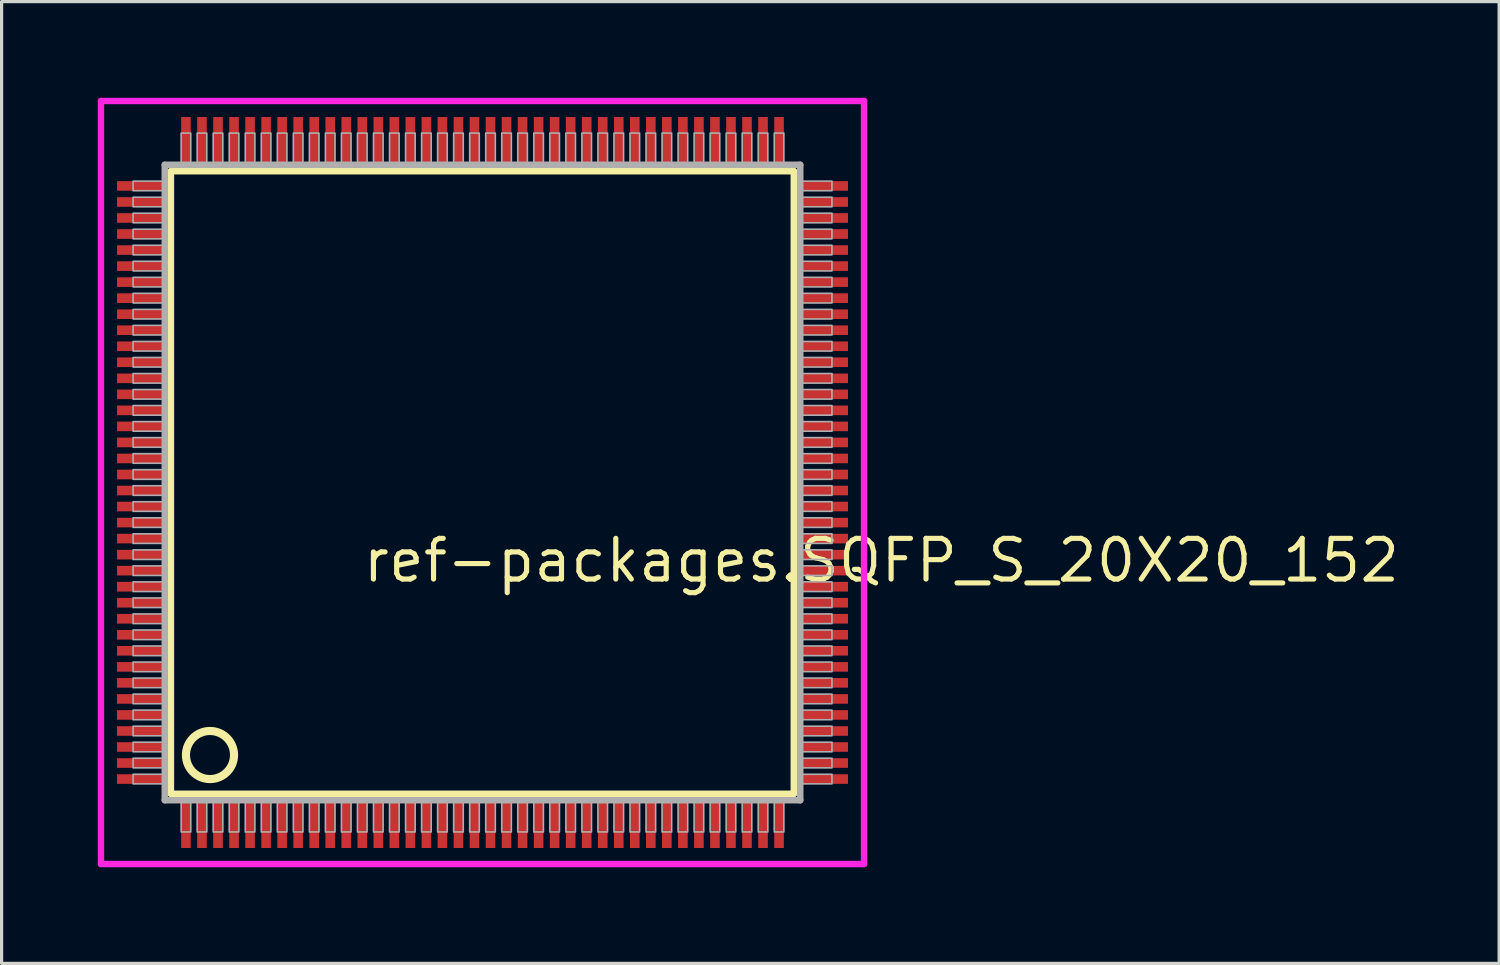
<source format=kicad_pcb>
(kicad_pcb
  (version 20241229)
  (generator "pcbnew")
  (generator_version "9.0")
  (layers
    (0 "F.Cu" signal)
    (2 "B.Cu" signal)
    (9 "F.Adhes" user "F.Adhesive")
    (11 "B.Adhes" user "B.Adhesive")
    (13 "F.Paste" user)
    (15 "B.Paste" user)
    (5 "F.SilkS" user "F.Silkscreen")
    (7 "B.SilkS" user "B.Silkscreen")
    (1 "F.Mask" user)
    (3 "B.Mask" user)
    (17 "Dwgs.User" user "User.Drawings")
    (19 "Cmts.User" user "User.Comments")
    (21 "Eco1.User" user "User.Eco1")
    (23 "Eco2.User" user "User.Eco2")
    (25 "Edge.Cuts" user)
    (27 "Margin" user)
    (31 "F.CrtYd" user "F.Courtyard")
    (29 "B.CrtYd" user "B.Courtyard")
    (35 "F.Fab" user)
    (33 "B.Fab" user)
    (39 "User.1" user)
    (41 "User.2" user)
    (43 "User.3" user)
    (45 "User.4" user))
  (footprint "ref-packages.SQFP_S_20X20_152"
    (layer "F.Cu")
    (at 12 12)
    (property "Reference" "ref-packages.SQFP_S_20X20_152" (at -3.81 3.175 0) (layer "F.SilkS") (effects (font (size 1.27 1.27) (thickness 0.16)) (justify left bottom)))
    (attr smd)
    (fp_line (start -9.72 -9.71) (end 9.71 -9.71) (stroke (width 0.203) (type default)) (layer "F.SilkS"))
    (fp_line (start -9.72 9.71) (end -9.72 -9.71) (stroke (width 0.203) (type default)) (layer "F.SilkS"))
    (fp_line (start 9.71 9.71) (end -9.72 9.71) (stroke (width 0.203) (type default)) (layer "F.SilkS"))
    (fp_line (start 9.71 -9.71) (end 9.71 9.71) (stroke (width 0.203) (type default)) (layer "F.SilkS"))
    (fp_circle (center -8.5 8.5) (end -7.75 8.5) (stroke (width 0.254) (type default)) (fill no) (layer "F.SilkS"))
    (fp_line (start -11.9 -11.9) (end 11.9 -11.9) (stroke (width 0.2) (type default)) (layer "F.CrtYd"))
    (fp_line (start -11.9 11.9) (end -11.9 -11.9) (stroke (width 0.2) (type default)) (layer "F.CrtYd"))
    (fp_line (start 11.9 -11.9) (end 11.9 11.9) (stroke (width 0.2) (type default)) (layer "F.CrtYd"))
    (fp_line (start 11.9 11.9) (end -11.9 11.9) (stroke (width 0.2) (type default)) (layer "F.CrtYd"))
    (fp_line (start -9.91 -9.91) (end -9.91 9.91) (stroke (width 0.203) (type default)) (layer "F.Fab"))
    (fp_line (start -9.91 9.91) (end 9.91 9.91) (stroke (width 0.203) (type default)) (layer "F.Fab"))
    (fp_line (start 9.91 -9.91) (end -9.91 -9.91) (stroke (width 0.203) (type default)) (layer "F.Fab"))
    (fp_line (start 9.91 9.91) (end 9.91 -9.91) (stroke (width 0.203) (type default)) (layer "F.Fab"))
    (fp_rect (start -10.9 -9.1) (end -9.95 -9.4) (stroke (width 0.05) (type default)) (fill no) (layer "F.Fab"))
    (fp_rect (start -10.9 -8.6) (end -9.95 -8.9) (stroke (width 0.05) (type default)) (fill no) (layer "F.Fab"))
    (fp_rect (start -10.9 -8.1) (end -9.95 -8.4) (stroke (width 0.05) (type default)) (fill no) (layer "F.Fab"))
    (fp_rect (start -10.9 -7.6) (end -9.95 -7.9) (stroke (width 0.05) (type default)) (fill no) (layer "F.Fab"))
    (fp_rect (start -10.9 -7.1) (end -9.95 -7.4) (stroke (width 0.05) (type default)) (fill no) (layer "F.Fab"))
    (fp_rect (start -10.9 -6.6) (end -9.95 -6.9) (stroke (width 0.05) (type default)) (fill no) (layer "F.Fab"))
    (fp_rect (start -10.9 -6.1) (end -9.95 -6.4) (stroke (width 0.05) (type default)) (fill no) (layer "F.Fab"))
    (fp_rect (start -10.9 -5.6) (end -9.95 -5.9) (stroke (width 0.05) (type default)) (fill no) (layer "F.Fab"))
    (fp_rect (start -10.9 -5.1) (end -9.95 -5.4) (stroke (width 0.05) (type default)) (fill no) (layer "F.Fab"))
    (fp_rect (start -10.9 -4.6) (end -9.95 -4.9) (stroke (width 0.05) (type default)) (fill no) (layer "F.Fab"))
    (fp_rect (start -10.9 -4.1) (end -9.95 -4.4) (stroke (width 0.05) (type default)) (fill no) (layer "F.Fab"))
    (fp_rect (start -10.9 -3.6) (end -9.95 -3.9) (stroke (width 0.05) (type default)) (fill no) (layer "F.Fab"))
    (fp_rect (start -10.9 -3.1) (end -9.95 -3.4) (stroke (width 0.05) (type default)) (fill no) (layer "F.Fab"))
    (fp_rect (start -10.9 -2.6) (end -9.95 -2.9) (stroke (width 0.05) (type default)) (fill no) (layer "F.Fab"))
    (fp_rect (start -10.9 -2.1) (end -9.95 -2.4) (stroke (width 0.05) (type default)) (fill no) (layer "F.Fab"))
    (fp_rect (start -10.9 -1.6) (end -9.95 -1.9) (stroke (width 0.05) (type default)) (fill no) (layer "F.Fab"))
    (fp_rect (start -10.9 -1.1) (end -9.95 -1.4) (stroke (width 0.05) (type default)) (fill no) (layer "F.Fab"))
    (fp_rect (start -10.9 -0.6) (end -9.95 -0.9) (stroke (width 0.05) (type default)) (fill no) (layer "F.Fab"))
    (fp_rect (start -10.9 -0.1) (end -9.95 -0.4) (stroke (width 0.05) (type default)) (fill no) (layer "F.Fab"))
    (fp_rect (start -10.9 0.4) (end -9.95 0.1) (stroke (width 0.05) (type default)) (fill no) (layer "F.Fab"))
    (fp_rect (start -10.9 0.9) (end -9.95 0.6) (stroke (width 0.05) (type default)) (fill no) (layer "F.Fab"))
    (fp_rect (start -10.9 1.4) (end -9.95 1.1) (stroke (width 0.05) (type default)) (fill no) (layer "F.Fab"))
    (fp_rect (start -10.9 1.9) (end -9.95 1.6) (stroke (width 0.05) (type default)) (fill no) (layer "F.Fab"))
    (fp_rect (start -10.9 2.4) (end -9.95 2.1) (stroke (width 0.05) (type default)) (fill no) (layer "F.Fab"))
    (fp_rect (start -10.9 2.9) (end -9.95 2.6) (stroke (width 0.05) (type default)) (fill no) (layer "F.Fab"))
    (fp_rect (start -10.9 3.4) (end -9.95 3.1) (stroke (width 0.05) (type default)) (fill no) (layer "F.Fab"))
    (fp_rect (start -10.9 3.9) (end -9.95 3.6) (stroke (width 0.05) (type default)) (fill no) (layer "F.Fab"))
    (fp_rect (start -10.9 4.4) (end -9.95 4.1) (stroke (width 0.05) (type default)) (fill no) (layer "F.Fab"))
    (fp_rect (start -10.9 4.9) (end -9.95 4.6) (stroke (width 0.05) (type default)) (fill no) (layer "F.Fab"))
    (fp_rect (start -10.9 5.4) (end -9.95 5.1) (stroke (width 0.05) (type default)) (fill no) (layer "F.Fab"))
    (fp_rect (start -10.9 5.9) (end -9.95 5.6) (stroke (width 0.05) (type default)) (fill no) (layer "F.Fab"))
    (fp_rect (start -10.9 6.4) (end -9.95 6.1) (stroke (width 0.05) (type default)) (fill no) (layer "F.Fab"))
    (fp_rect (start -10.9 6.9) (end -9.95 6.6) (stroke (width 0.05) (type default)) (fill no) (layer "F.Fab"))
    (fp_rect (start -10.9 7.4) (end -9.95 7.1) (stroke (width 0.05) (type default)) (fill no) (layer "F.Fab"))
    (fp_rect (start -10.9 7.9) (end -9.95 7.6) (stroke (width 0.05) (type default)) (fill no) (layer "F.Fab"))
    (fp_rect (start -10.9 8.4) (end -9.95 8.1) (stroke (width 0.05) (type default)) (fill no) (layer "F.Fab"))
    (fp_rect (start -10.9 8.9) (end -9.95 8.6) (stroke (width 0.05) (type default)) (fill no) (layer "F.Fab"))
    (fp_rect (start -10.9 9.4) (end -9.95 9.1) (stroke (width 0.05) (type default)) (fill no) (layer "F.Fab"))
    (fp_rect (start -9.4 -9.95) (end -9.1 -10.9) (stroke (width 0.05) (type default)) (fill no) (layer "F.Fab"))
    (fp_rect (start -9.4 10.9) (end -9.1 9.95) (stroke (width 0.05) (type default)) (fill no) (layer "F.Fab"))
    (fp_rect (start -8.9 -9.95) (end -8.6 -10.9) (stroke (width 0.05) (type default)) (fill no) (layer "F.Fab"))
    (fp_rect (start -8.9 10.9) (end -8.6 9.95) (stroke (width 0.05) (type default)) (fill no) (layer "F.Fab"))
    (fp_rect (start -8.4 -9.95) (end -8.1 -10.9) (stroke (width 0.05) (type default)) (fill no) (layer "F.Fab"))
    (fp_rect (start -8.4 10.9) (end -8.1 9.95) (stroke (width 0.05) (type default)) (fill no) (layer "F.Fab"))
    (fp_rect (start -7.9 -9.95) (end -7.6 -10.9) (stroke (width 0.05) (type default)) (fill no) (layer "F.Fab"))
    (fp_rect (start -7.9 10.9) (end -7.6 9.95) (stroke (width 0.05) (type default)) (fill no) (layer "F.Fab"))
    (fp_rect (start -7.4 -9.95) (end -7.1 -10.9) (stroke (width 0.05) (type default)) (fill no) (layer "F.Fab"))
    (fp_rect (start -7.4 10.9) (end -7.1 9.95) (stroke (width 0.05) (type default)) (fill no) (layer "F.Fab"))
    (fp_rect (start -6.9 -9.95) (end -6.6 -10.9) (stroke (width 0.05) (type default)) (fill no) (layer "F.Fab"))
    (fp_rect (start -6.9 10.9) (end -6.6 9.95) (stroke (width 0.05) (type default)) (fill no) (layer "F.Fab"))
    (fp_rect (start -6.4 -9.95) (end -6.1 -10.9) (stroke (width 0.05) (type default)) (fill no) (layer "F.Fab"))
    (fp_rect (start -6.4 10.9) (end -6.1 9.95) (stroke (width 0.05) (type default)) (fill no) (layer "F.Fab"))
    (fp_rect (start -5.9 -9.95) (end -5.6 -10.9) (stroke (width 0.05) (type default)) (fill no) (layer "F.Fab"))
    (fp_rect (start -5.9 10.9) (end -5.6 9.95) (stroke (width 0.05) (type default)) (fill no) (layer "F.Fab"))
    (fp_rect (start -5.4 -9.95) (end -5.1 -10.9) (stroke (width 0.05) (type default)) (fill no) (layer "F.Fab"))
    (fp_rect (start -5.4 10.9) (end -5.1 9.95) (stroke (width 0.05) (type default)) (fill no) (layer "F.Fab"))
    (fp_rect (start -4.9 -9.95) (end -4.6 -10.9) (stroke (width 0.05) (type default)) (fill no) (layer "F.Fab"))
    (fp_rect (start -4.9 10.9) (end -4.6 9.95) (stroke (width 0.05) (type default)) (fill no) (layer "F.Fab"))
    (fp_rect (start -4.4 -9.95) (end -4.1 -10.9) (stroke (width 0.05) (type default)) (fill no) (layer "F.Fab"))
    (fp_rect (start -4.4 10.9) (end -4.1 9.95) (stroke (width 0.05) (type default)) (fill no) (layer "F.Fab"))
    (fp_rect (start -3.9 -9.95) (end -3.6 -10.9) (stroke (width 0.05) (type default)) (fill no) (layer "F.Fab"))
    (fp_rect (start -3.9 10.9) (end -3.6 9.95) (stroke (width 0.05) (type default)) (fill no) (layer "F.Fab"))
    (fp_rect (start -3.4 -9.95) (end -3.1 -10.9) (stroke (width 0.05) (type default)) (fill no) (layer "F.Fab"))
    (fp_rect (start -3.4 10.9) (end -3.1 9.95) (stroke (width 0.05) (type default)) (fill no) (layer "F.Fab"))
    (fp_rect (start -2.9 -9.95) (end -2.6 -10.9) (stroke (width 0.05) (type default)) (fill no) (layer "F.Fab"))
    (fp_rect (start -2.9 10.9) (end -2.6 9.95) (stroke (width 0.05) (type default)) (fill no) (layer "F.Fab"))
    (fp_rect (start -2.4 -9.95) (end -2.1 -10.9) (stroke (width 0.05) (type default)) (fill no) (layer "F.Fab"))
    (fp_rect (start -2.4 10.9) (end -2.1 9.95) (stroke (width 0.05) (type default)) (fill no) (layer "F.Fab"))
    (fp_rect (start -1.9 -9.95) (end -1.6 -10.9) (stroke (width 0.05) (type default)) (fill no) (layer "F.Fab"))
    (fp_rect (start -1.9 10.9) (end -1.6 9.95) (stroke (width 0.05) (type default)) (fill no) (layer "F.Fab"))
    (fp_rect (start -1.4 -9.95) (end -1.1 -10.9) (stroke (width 0.05) (type default)) (fill no) (layer "F.Fab"))
    (fp_rect (start -1.4 10.9) (end -1.1 9.95) (stroke (width 0.05) (type default)) (fill no) (layer "F.Fab"))
    (fp_rect (start -0.9 -9.95) (end -0.6 -10.9) (stroke (width 0.05) (type default)) (fill no) (layer "F.Fab"))
    (fp_rect (start -0.9 10.9) (end -0.6 9.95) (stroke (width 0.05) (type default)) (fill no) (layer "F.Fab"))
    (fp_rect (start -0.4 -9.95) (end -0.1 -10.9) (stroke (width 0.05) (type default)) (fill no) (layer "F.Fab"))
    (fp_rect (start -0.4 10.9) (end -0.1 9.95) (stroke (width 0.05) (type default)) (fill no) (layer "F.Fab"))
    (fp_rect (start 0.1 -9.95) (end 0.4 -10.9) (stroke (width 0.05) (type default)) (fill no) (layer "F.Fab"))
    (fp_rect (start 0.1 10.9) (end 0.4 9.95) (stroke (width 0.05) (type default)) (fill no) (layer "F.Fab"))
    (fp_rect (start 0.6 -9.95) (end 0.9 -10.9) (stroke (width 0.05) (type default)) (fill no) (layer "F.Fab"))
    (fp_rect (start 0.6 10.9) (end 0.9 9.95) (stroke (width 0.05) (type default)) (fill no) (layer "F.Fab"))
    (fp_rect (start 1.1 -9.95) (end 1.4 -10.9) (stroke (width 0.05) (type default)) (fill no) (layer "F.Fab"))
    (fp_rect (start 1.1 10.9) (end 1.4 9.95) (stroke (width 0.05) (type default)) (fill no) (layer "F.Fab"))
    (fp_rect (start 1.6 -9.95) (end 1.9 -10.9) (stroke (width 0.05) (type default)) (fill no) (layer "F.Fab"))
    (fp_rect (start 1.6 10.9) (end 1.9 9.95) (stroke (width 0.05) (type default)) (fill no) (layer "F.Fab"))
    (fp_rect (start 2.1 -9.95) (end 2.4 -10.9) (stroke (width 0.05) (type default)) (fill no) (layer "F.Fab"))
    (fp_rect (start 2.1 10.9) (end 2.4 9.95) (stroke (width 0.05) (type default)) (fill no) (layer "F.Fab"))
    (fp_rect (start 2.6 -9.95) (end 2.9 -10.9) (stroke (width 0.05) (type default)) (fill no) (layer "F.Fab"))
    (fp_rect (start 2.6 10.9) (end 2.9 9.95) (stroke (width 0.05) (type default)) (fill no) (layer "F.Fab"))
    (fp_rect (start 3.1 -9.95) (end 3.4 -10.9) (stroke (width 0.05) (type default)) (fill no) (layer "F.Fab"))
    (fp_rect (start 3.1 10.9) (end 3.4 9.95) (stroke (width 0.05) (type default)) (fill no) (layer "F.Fab"))
    (fp_rect (start 3.6 -9.95) (end 3.9 -10.9) (stroke (width 0.05) (type default)) (fill no) (layer "F.Fab"))
    (fp_rect (start 3.6 10.9) (end 3.9 9.95) (stroke (width 0.05) (type default)) (fill no) (layer "F.Fab"))
    (fp_rect (start 4.1 -9.95) (end 4.4 -10.9) (stroke (width 0.05) (type default)) (fill no) (layer "F.Fab"))
    (fp_rect (start 4.1 10.9) (end 4.4 9.95) (stroke (width 0.05) (type default)) (fill no) (layer "F.Fab"))
    (fp_rect (start 4.6 -9.95) (end 4.9 -10.9) (stroke (width 0.05) (type default)) (fill no) (layer "F.Fab"))
    (fp_rect (start 4.6 10.9) (end 4.9 9.95) (stroke (width 0.05) (type default)) (fill no) (layer "F.Fab"))
    (fp_rect (start 5.1 -9.95) (end 5.4 -10.9) (stroke (width 0.05) (type default)) (fill no) (layer "F.Fab"))
    (fp_rect (start 5.1 10.9) (end 5.4 9.95) (stroke (width 0.05) (type default)) (fill no) (layer "F.Fab"))
    (fp_rect (start 5.6 -9.95) (end 5.9 -10.9) (stroke (width 0.05) (type default)) (fill no) (layer "F.Fab"))
    (fp_rect (start 5.6 10.9) (end 5.9 9.95) (stroke (width 0.05) (type default)) (fill no) (layer "F.Fab"))
    (fp_rect (start 6.1 -9.95) (end 6.4 -10.9) (stroke (width 0.05) (type default)) (fill no) (layer "F.Fab"))
    (fp_rect (start 6.1 10.9) (end 6.4 9.95) (stroke (width 0.05) (type default)) (fill no) (layer "F.Fab"))
    (fp_rect (start 6.6 -9.95) (end 6.9 -10.9) (stroke (width 0.05) (type default)) (fill no) (layer "F.Fab"))
    (fp_rect (start 6.6 10.9) (end 6.9 9.95) (stroke (width 0.05) (type default)) (fill no) (layer "F.Fab"))
    (fp_rect (start 7.1 -9.95) (end 7.4 -10.9) (stroke (width 0.05) (type default)) (fill no) (layer "F.Fab"))
    (fp_rect (start 7.1 10.9) (end 7.4 9.95) (stroke (width 0.05) (type default)) (fill no) (layer "F.Fab"))
    (fp_rect (start 7.6 -9.95) (end 7.9 -10.9) (stroke (width 0.05) (type default)) (fill no) (layer "F.Fab"))
    (fp_rect (start 7.6 10.9) (end 7.9 9.95) (stroke (width 0.05) (type default)) (fill no) (layer "F.Fab"))
    (fp_rect (start 8.1 -9.95) (end 8.4 -10.9) (stroke (width 0.05) (type default)) (fill no) (layer "F.Fab"))
    (fp_rect (start 8.1 10.9) (end 8.4 9.95) (stroke (width 0.05) (type default)) (fill no) (layer "F.Fab"))
    (fp_rect (start 8.6 -9.95) (end 8.9 -10.9) (stroke (width 0.05) (type default)) (fill no) (layer "F.Fab"))
    (fp_rect (start 8.6 10.9) (end 8.9 9.95) (stroke (width 0.05) (type default)) (fill no) (layer "F.Fab"))
    (fp_rect (start 9.1 -9.95) (end 9.4 -10.9) (stroke (width 0.05) (type default)) (fill no) (layer "F.Fab"))
    (fp_rect (start 9.1 10.9) (end 9.4 9.95) (stroke (width 0.05) (type default)) (fill no) (layer "F.Fab"))
    (fp_rect (start 9.95 -9.1) (end 10.9 -9.4) (stroke (width 0.05) (type default)) (fill no) (layer "F.Fab"))
    (fp_rect (start 9.95 -8.6) (end 10.9 -8.9) (stroke (width 0.05) (type default)) (fill no) (layer "F.Fab"))
    (fp_rect (start 9.95 -8.1) (end 10.9 -8.4) (stroke (width 0.05) (type default)) (fill no) (layer "F.Fab"))
    (fp_rect (start 9.95 -7.6) (end 10.9 -7.9) (stroke (width 0.05) (type default)) (fill no) (layer "F.Fab"))
    (fp_rect (start 9.95 -7.1) (end 10.9 -7.4) (stroke (width 0.05) (type default)) (fill no) (layer "F.Fab"))
    (fp_rect (start 9.95 -6.6) (end 10.9 -6.9) (stroke (width 0.05) (type default)) (fill no) (layer "F.Fab"))
    (fp_rect (start 9.95 -6.1) (end 10.9 -6.4) (stroke (width 0.05) (type default)) (fill no) (layer "F.Fab"))
    (fp_rect (start 9.95 -5.6) (end 10.9 -5.9) (stroke (width 0.05) (type default)) (fill no) (layer "F.Fab"))
    (fp_rect (start 9.95 -5.1) (end 10.9 -5.4) (stroke (width 0.05) (type default)) (fill no) (layer "F.Fab"))
    (fp_rect (start 9.95 -4.6) (end 10.9 -4.9) (stroke (width 0.05) (type default)) (fill no) (layer "F.Fab"))
    (fp_rect (start 9.95 -4.1) (end 10.9 -4.4) (stroke (width 0.05) (type default)) (fill no) (layer "F.Fab"))
    (fp_rect (start 9.95 -3.6) (end 10.9 -3.9) (stroke (width 0.05) (type default)) (fill no) (layer "F.Fab"))
    (fp_rect (start 9.95 -3.1) (end 10.9 -3.4) (stroke (width 0.05) (type default)) (fill no) (layer "F.Fab"))
    (fp_rect (start 9.95 -2.6) (end 10.9 -2.9) (stroke (width 0.05) (type default)) (fill no) (layer "F.Fab"))
    (fp_rect (start 9.95 -2.1) (end 10.9 -2.4) (stroke (width 0.05) (type default)) (fill no) (layer "F.Fab"))
    (fp_rect (start 9.95 -1.6) (end 10.9 -1.9) (stroke (width 0.05) (type default)) (fill no) (layer "F.Fab"))
    (fp_rect (start 9.95 -1.1) (end 10.9 -1.4) (stroke (width 0.05) (type default)) (fill no) (layer "F.Fab"))
    (fp_rect (start 9.95 -0.6) (end 10.9 -0.9) (stroke (width 0.05) (type default)) (fill no) (layer "F.Fab"))
    (fp_rect (start 9.95 -0.1) (end 10.9 -0.4) (stroke (width 0.05) (type default)) (fill no) (layer "F.Fab"))
    (fp_rect (start 9.95 0.4) (end 10.9 0.1) (stroke (width 0.05) (type default)) (fill no) (layer "F.Fab"))
    (fp_rect (start 9.95 0.9) (end 10.9 0.6) (stroke (width 0.05) (type default)) (fill no) (layer "F.Fab"))
    (fp_rect (start 9.95 1.4) (end 10.9 1.1) (stroke (width 0.05) (type default)) (fill no) (layer "F.Fab"))
    (fp_rect (start 9.95 1.9) (end 10.9 1.6) (stroke (width 0.05) (type default)) (fill no) (layer "F.Fab"))
    (fp_rect (start 9.95 2.4) (end 10.9 2.1) (stroke (width 0.05) (type default)) (fill no) (layer "F.Fab"))
    (fp_rect (start 9.95 2.9) (end 10.9 2.6) (stroke (width 0.05) (type default)) (fill no) (layer "F.Fab"))
    (fp_rect (start 9.95 3.4) (end 10.9 3.1) (stroke (width 0.05) (type default)) (fill no) (layer "F.Fab"))
    (fp_rect (start 9.95 3.9) (end 10.9 3.6) (stroke (width 0.05) (type default)) (fill no) (layer "F.Fab"))
    (fp_rect (start 9.95 4.4) (end 10.9 4.1) (stroke (width 0.05) (type default)) (fill no) (layer "F.Fab"))
    (fp_rect (start 9.95 4.9) (end 10.9 4.6) (stroke (width 0.05) (type default)) (fill no) (layer "F.Fab"))
    (fp_rect (start 9.95 5.4) (end 10.9 5.1) (stroke (width 0.05) (type default)) (fill no) (layer "F.Fab"))
    (fp_rect (start 9.95 5.9) (end 10.9 5.6) (stroke (width 0.05) (type default)) (fill no) (layer "F.Fab"))
    (fp_rect (start 9.95 6.4) (end 10.9 6.1) (stroke (width 0.05) (type default)) (fill no) (layer "F.Fab"))
    (fp_rect (start 9.95 6.9) (end 10.9 6.6) (stroke (width 0.05) (type default)) (fill no) (layer "F.Fab"))
    (fp_rect (start 9.95 7.4) (end 10.9 7.1) (stroke (width 0.05) (type default)) (fill no) (layer "F.Fab"))
    (fp_rect (start 9.95 7.9) (end 10.9 7.6) (stroke (width 0.05) (type default)) (fill no) (layer "F.Fab"))
    (fp_rect (start 9.95 8.4) (end 10.9 8.1) (stroke (width 0.05) (type default)) (fill no) (layer "F.Fab"))
    (fp_rect (start 9.95 8.9) (end 10.9 8.6) (stroke (width 0.05) (type default)) (fill no) (layer "F.Fab"))
    (fp_rect (start 9.95 9.4) (end 10.9 9.1) (stroke (width 0.05) (type default)) (fill no) (layer "F.Fab"))
    (pad "1" smd roundrect (at -9.25 10.6) (size 0.3 1.6) (layers "F.Cu" "F.Mask" "F.Paste") (roundrect_rratio 0.01))
    (pad "2" smd roundrect (at -8.75 10.6) (size 0.3 1.6) (layers "F.Cu" "F.Mask" "F.Paste") (roundrect_rratio 0.01))
    (pad "3" smd roundrect (at -8.25 10.6) (size 0.3 1.6) (layers "F.Cu" "F.Mask" "F.Paste") (roundrect_rratio 0.01))
    (pad "4" smd roundrect (at -7.75 10.6) (size 0.3 1.6) (layers "F.Cu" "F.Mask" "F.Paste") (roundrect_rratio 0.01))
    (pad "5" smd roundrect (at -7.25 10.6) (size 0.3 1.6) (layers "F.Cu" "F.Mask" "F.Paste") (roundrect_rratio 0.01))
    (pad "6" smd roundrect (at -6.75 10.6) (size 0.3 1.6) (layers "F.Cu" "F.Mask" "F.Paste") (roundrect_rratio 0.01))
    (pad "7" smd roundrect (at -6.25 10.6) (size 0.3 1.6) (layers "F.Cu" "F.Mask" "F.Paste") (roundrect_rratio 0.01))
    (pad "8" smd roundrect (at -5.75 10.6) (size 0.3 1.6) (layers "F.Cu" "F.Mask" "F.Paste") (roundrect_rratio 0.01))
    (pad "9" smd roundrect (at -5.25 10.6) (size 0.3 1.6) (layers "F.Cu" "F.Mask" "F.Paste") (roundrect_rratio 0.01))
    (pad "10" smd roundrect (at -4.75 10.6) (size 0.3 1.6) (layers "F.Cu" "F.Mask" "F.Paste") (roundrect_rratio 0.01))
    (pad "11" smd roundrect (at -4.25 10.6) (size 0.3 1.6) (layers "F.Cu" "F.Mask" "F.Paste") (roundrect_rratio 0.01))
    (pad "12" smd roundrect (at -3.75 10.6) (size 0.3 1.6) (layers "F.Cu" "F.Mask" "F.Paste") (roundrect_rratio 0.01))
    (pad "13" smd roundrect (at -3.25 10.6) (size 0.3 1.6) (layers "F.Cu" "F.Mask" "F.Paste") (roundrect_rratio 0.01))
    (pad "14" smd roundrect (at -2.75 10.6) (size 0.3 1.6) (layers "F.Cu" "F.Mask" "F.Paste") (roundrect_rratio 0.01))
    (pad "15" smd roundrect (at -2.25 10.6) (size 0.3 1.6) (layers "F.Cu" "F.Mask" "F.Paste") (roundrect_rratio 0.01))
    (pad "16" smd roundrect (at -1.75 10.6) (size 0.3 1.6) (layers "F.Cu" "F.Mask" "F.Paste") (roundrect_rratio 0.01))
    (pad "17" smd roundrect (at -1.25 10.6) (size 0.3 1.6) (layers "F.Cu" "F.Mask" "F.Paste") (roundrect_rratio 0.01))
    (pad "18" smd roundrect (at -0.75 10.6) (size 0.3 1.6) (layers "F.Cu" "F.Mask" "F.Paste") (roundrect_rratio 0.01))
    (pad "19" smd roundrect (at -0.25 10.6) (size 0.3 1.6) (layers "F.Cu" "F.Mask" "F.Paste") (roundrect_rratio 0.01))
    (pad "20" smd roundrect (at 0.25 10.6) (size 0.3 1.6) (layers "F.Cu" "F.Mask" "F.Paste") (roundrect_rratio 0.01))
    (pad "21" smd roundrect (at 0.75 10.6) (size 0.3 1.6) (layers "F.Cu" "F.Mask" "F.Paste") (roundrect_rratio 0.01))
    (pad "22" smd roundrect (at 1.25 10.6) (size 0.3 1.6) (layers "F.Cu" "F.Mask" "F.Paste") (roundrect_rratio 0.01))
    (pad "23" smd roundrect (at 1.75 10.6) (size 0.3 1.6) (layers "F.Cu" "F.Mask" "F.Paste") (roundrect_rratio 0.01))
    (pad "24" smd roundrect (at 2.25 10.6) (size 0.3 1.6) (layers "F.Cu" "F.Mask" "F.Paste") (roundrect_rratio 0.01))
    (pad "25" smd roundrect (at 2.75 10.6) (size 0.3 1.6) (layers "F.Cu" "F.Mask" "F.Paste") (roundrect_rratio 0.01))
    (pad "26" smd roundrect (at 3.25 10.6) (size 0.3 1.6) (layers "F.Cu" "F.Mask" "F.Paste") (roundrect_rratio 0.01))
    (pad "27" smd roundrect (at 3.75 10.6) (size 0.3 1.6) (layers "F.Cu" "F.Mask" "F.Paste") (roundrect_rratio 0.01))
    (pad "28" smd roundrect (at 4.25 10.6) (size 0.3 1.6) (layers "F.Cu" "F.Mask" "F.Paste") (roundrect_rratio 0.01))
    (pad "29" smd roundrect (at 4.75 10.6) (size 0.3 1.6) (layers "F.Cu" "F.Mask" "F.Paste") (roundrect_rratio 0.01))
    (pad "30" smd roundrect (at 5.25 10.6) (size 0.3 1.6) (layers "F.Cu" "F.Mask" "F.Paste") (roundrect_rratio 0.01))
    (pad "31" smd roundrect (at 5.75 10.6) (size 0.3 1.6) (layers "F.Cu" "F.Mask" "F.Paste") (roundrect_rratio 0.01))
    (pad "32" smd roundrect (at 6.25 10.6) (size 0.3 1.6) (layers "F.Cu" "F.Mask" "F.Paste") (roundrect_rratio 0.01))
    (pad "33" smd roundrect (at 6.75 10.6) (size 0.3 1.6) (layers "F.Cu" "F.Mask" "F.Paste") (roundrect_rratio 0.01))
    (pad "34" smd roundrect (at 7.25 10.6) (size 0.3 1.6) (layers "F.Cu" "F.Mask" "F.Paste") (roundrect_rratio 0.01))
    (pad "35" smd roundrect (at 7.75 10.6) (size 0.3 1.6) (layers "F.Cu" "F.Mask" "F.Paste") (roundrect_rratio 0.01))
    (pad "36" smd roundrect (at 8.25 10.6) (size 0.3 1.6) (layers "F.Cu" "F.Mask" "F.Paste") (roundrect_rratio 0.01))
    (pad "37" smd roundrect (at 8.75 10.6) (size 0.3 1.6) (layers "F.Cu" "F.Mask" "F.Paste") (roundrect_rratio 0.01))
    (pad "38" smd roundrect (at 9.25 10.6) (size 0.3 1.6) (layers "F.Cu" "F.Mask" "F.Paste") (roundrect_rratio 0.01))
    (pad "39" smd roundrect (at 10.6 9.25) (size 1.6 0.3) (layers "F.Cu" "F.Mask" "F.Paste") (roundrect_rratio 0.01))
    (pad "40" smd roundrect (at 10.6 8.75) (size 1.6 0.3) (layers "F.Cu" "F.Mask" "F.Paste") (roundrect_rratio 0.01))
    (pad "41" smd roundrect (at 10.6 8.25) (size 1.6 0.3) (layers "F.Cu" "F.Mask" "F.Paste") (roundrect_rratio 0.01))
    (pad "42" smd roundrect (at 10.6 7.75) (size 1.6 0.3) (layers "F.Cu" "F.Mask" "F.Paste") (roundrect_rratio 0.01))
    (pad "43" smd roundrect (at 10.6 7.25) (size 1.6 0.3) (layers "F.Cu" "F.Mask" "F.Paste") (roundrect_rratio 0.01))
    (pad "44" smd roundrect (at 10.6 6.75) (size 1.6 0.3) (layers "F.Cu" "F.Mask" "F.Paste") (roundrect_rratio 0.01))
    (pad "45" smd roundrect (at 10.6 6.25) (size 1.6 0.3) (layers "F.Cu" "F.Mask" "F.Paste") (roundrect_rratio 0.01))
    (pad "46" smd roundrect (at 10.6 5.75) (size 1.6 0.3) (layers "F.Cu" "F.Mask" "F.Paste") (roundrect_rratio 0.01))
    (pad "47" smd roundrect (at 10.6 5.25) (size 1.6 0.3) (layers "F.Cu" "F.Mask" "F.Paste") (roundrect_rratio 0.01))
    (pad "48" smd roundrect (at 10.6 4.75) (size 1.6 0.3) (layers "F.Cu" "F.Mask" "F.Paste") (roundrect_rratio 0.01))
    (pad "49" smd roundrect (at 10.6 4.25) (size 1.6 0.3) (layers "F.Cu" "F.Mask" "F.Paste") (roundrect_rratio 0.01))
    (pad "50" smd roundrect (at 10.6 3.75) (size 1.6 0.3) (layers "F.Cu" "F.Mask" "F.Paste") (roundrect_rratio 0.01))
    (pad "51" smd roundrect (at 10.6 3.25) (size 1.6 0.3) (layers "F.Cu" "F.Mask" "F.Paste") (roundrect_rratio 0.01))
    (pad "52" smd roundrect (at 10.6 2.75) (size 1.6 0.3) (layers "F.Cu" "F.Mask" "F.Paste") (roundrect_rratio 0.01))
    (pad "53" smd roundrect (at 10.6 2.25) (size 1.6 0.3) (layers "F.Cu" "F.Mask" "F.Paste") (roundrect_rratio 0.01))
    (pad "54" smd roundrect (at 10.6 1.75) (size 1.6 0.3) (layers "F.Cu" "F.Mask" "F.Paste") (roundrect_rratio 0.01))
    (pad "55" smd roundrect (at 10.6 1.25) (size 1.6 0.3) (layers "F.Cu" "F.Mask" "F.Paste") (roundrect_rratio 0.01))
    (pad "56" smd roundrect (at 10.6 0.75) (size 1.6 0.3) (layers "F.Cu" "F.Mask" "F.Paste") (roundrect_rratio 0.01))
    (pad "57" smd roundrect (at 10.6 0.25) (size 1.6 0.3) (layers "F.Cu" "F.Mask" "F.Paste") (roundrect_rratio 0.01))
    (pad "58" smd roundrect (at 10.6 -0.25) (size 1.6 0.3) (layers "F.Cu" "F.Mask" "F.Paste") (roundrect_rratio 0.01))
    (pad "59" smd roundrect (at 10.6 -0.75) (size 1.6 0.3) (layers "F.Cu" "F.Mask" "F.Paste") (roundrect_rratio 0.01))
    (pad "60" smd roundrect (at 10.6 -1.25) (size 1.6 0.3) (layers "F.Cu" "F.Mask" "F.Paste") (roundrect_rratio 0.01))
    (pad "61" smd roundrect (at 10.6 -1.75) (size 1.6 0.3) (layers "F.Cu" "F.Mask" "F.Paste") (roundrect_rratio 0.01))
    (pad "62" smd roundrect (at 10.6 -2.25) (size 1.6 0.3) (layers "F.Cu" "F.Mask" "F.Paste") (roundrect_rratio 0.01))
    (pad "63" smd roundrect (at 10.6 -2.75) (size 1.6 0.3) (layers "F.Cu" "F.Mask" "F.Paste") (roundrect_rratio 0.01))
    (pad "64" smd roundrect (at 10.6 -3.25) (size 1.6 0.3) (layers "F.Cu" "F.Mask" "F.Paste") (roundrect_rratio 0.01))
    (pad "65" smd roundrect (at 10.6 -3.75) (size 1.6 0.3) (layers "F.Cu" "F.Mask" "F.Paste") (roundrect_rratio 0.01))
    (pad "66" smd roundrect (at 10.6 -4.25) (size 1.6 0.3) (layers "F.Cu" "F.Mask" "F.Paste") (roundrect_rratio 0.01))
    (pad "67" smd roundrect (at 10.6 -4.75) (size 1.6 0.3) (layers "F.Cu" "F.Mask" "F.Paste") (roundrect_rratio 0.01))
    (pad "68" smd roundrect (at 10.6 -5.25) (size 1.6 0.3) (layers "F.Cu" "F.Mask" "F.Paste") (roundrect_rratio 0.01))
    (pad "69" smd roundrect (at 10.6 -5.75) (size 1.6 0.3) (layers "F.Cu" "F.Mask" "F.Paste") (roundrect_rratio 0.01))
    (pad "70" smd roundrect (at 10.6 -6.25) (size 1.6 0.3) (layers "F.Cu" "F.Mask" "F.Paste") (roundrect_rratio 0.01))
    (pad "71" smd roundrect (at 10.6 -6.75) (size 1.6 0.3) (layers "F.Cu" "F.Mask" "F.Paste") (roundrect_rratio 0.01))
    (pad "72" smd roundrect (at 10.6 -7.25) (size 1.6 0.3) (layers "F.Cu" "F.Mask" "F.Paste") (roundrect_rratio 0.01))
    (pad "73" smd roundrect (at 10.6 -7.75) (size 1.6 0.3) (layers "F.Cu" "F.Mask" "F.Paste") (roundrect_rratio 0.01))
    (pad "74" smd roundrect (at 10.6 -8.25) (size 1.6 0.3) (layers "F.Cu" "F.Mask" "F.Paste") (roundrect_rratio 0.01))
    (pad "75" smd roundrect (at 10.6 -8.75) (size 1.6 0.3) (layers "F.Cu" "F.Mask" "F.Paste") (roundrect_rratio 0.01))
    (pad "76" smd roundrect (at 10.6 -9.25) (size 1.6 0.3) (layers "F.Cu" "F.Mask" "F.Paste") (roundrect_rratio 0.01))
    (pad "77" smd roundrect (at 9.25 -10.6) (size 0.3 1.6) (layers "F.Cu" "F.Mask" "F.Paste") (roundrect_rratio 0.01))
    (pad "78" smd roundrect (at 8.75 -10.6) (size 0.3 1.6) (layers "F.Cu" "F.Mask" "F.Paste") (roundrect_rratio 0.01))
    (pad "79" smd roundrect (at 8.25 -10.6) (size 0.3 1.6) (layers "F.Cu" "F.Mask" "F.Paste") (roundrect_rratio 0.01))
    (pad "80" smd roundrect (at 7.75 -10.6) (size 0.3 1.6) (layers "F.Cu" "F.Mask" "F.Paste") (roundrect_rratio 0.01))
    (pad "81" smd roundrect (at 7.25 -10.6) (size 0.3 1.6) (layers "F.Cu" "F.Mask" "F.Paste") (roundrect_rratio 0.01))
    (pad "82" smd roundrect (at 6.75 -10.6) (size 0.3 1.6) (layers "F.Cu" "F.Mask" "F.Paste") (roundrect_rratio 0.01))
    (pad "83" smd roundrect (at 6.25 -10.6) (size 0.3 1.6) (layers "F.Cu" "F.Mask" "F.Paste") (roundrect_rratio 0.01))
    (pad "84" smd roundrect (at 5.75 -10.6) (size 0.3 1.6) (layers "F.Cu" "F.Mask" "F.Paste") (roundrect_rratio 0.01))
    (pad "85" smd roundrect (at 5.25 -10.6) (size 0.3 1.6) (layers "F.Cu" "F.Mask" "F.Paste") (roundrect_rratio 0.01))
    (pad "86" smd roundrect (at 4.75 -10.6) (size 0.3 1.6) (layers "F.Cu" "F.Mask" "F.Paste") (roundrect_rratio 0.01))
    (pad "87" smd roundrect (at 4.25 -10.6) (size 0.3 1.6) (layers "F.Cu" "F.Mask" "F.Paste") (roundrect_rratio 0.01))
    (pad "88" smd roundrect (at 3.75 -10.6) (size 0.3 1.6) (layers "F.Cu" "F.Mask" "F.Paste") (roundrect_rratio 0.01))
    (pad "89" smd roundrect (at 3.25 -10.6) (size 0.3 1.6) (layers "F.Cu" "F.Mask" "F.Paste") (roundrect_rratio 0.01))
    (pad "90" smd roundrect (at 2.75 -10.6) (size 0.3 1.6) (layers "F.Cu" "F.Mask" "F.Paste") (roundrect_rratio 0.01))
    (pad "91" smd roundrect (at 2.25 -10.6) (size 0.3 1.6) (layers "F.Cu" "F.Mask" "F.Paste") (roundrect_rratio 0.01))
    (pad "92" smd roundrect (at 1.75 -10.6) (size 0.3 1.6) (layers "F.Cu" "F.Mask" "F.Paste") (roundrect_rratio 0.01))
    (pad "93" smd roundrect (at 1.25 -10.6) (size 0.3 1.6) (layers "F.Cu" "F.Mask" "F.Paste") (roundrect_rratio 0.01))
    (pad "94" smd roundrect (at 0.75 -10.6) (size 0.3 1.6) (layers "F.Cu" "F.Mask" "F.Paste") (roundrect_rratio 0.01))
    (pad "95" smd roundrect (at 0.25 -10.6) (size 0.3 1.6) (layers "F.Cu" "F.Mask" "F.Paste") (roundrect_rratio 0.01))
    (pad "96" smd roundrect (at -0.25 -10.6) (size 0.3 1.6) (layers "F.Cu" "F.Mask" "F.Paste") (roundrect_rratio 0.01))
    (pad "97" smd roundrect (at -0.75 -10.6) (size 0.3 1.6) (layers "F.Cu" "F.Mask" "F.Paste") (roundrect_rratio 0.01))
    (pad "98" smd roundrect (at -1.25 -10.6) (size 0.3 1.6) (layers "F.Cu" "F.Mask" "F.Paste") (roundrect_rratio 0.01))
    (pad "99" smd roundrect (at -1.75 -10.6) (size 0.3 1.6) (layers "F.Cu" "F.Mask" "F.Paste") (roundrect_rratio 0.01))
    (pad "100" smd roundrect (at -2.25 -10.6) (size 0.3 1.6) (layers "F.Cu" "F.Mask" "F.Paste") (roundrect_rratio 0.01))
    (pad "101" smd roundrect (at -2.75 -10.6) (size 0.3 1.6) (layers "F.Cu" "F.Mask" "F.Paste") (roundrect_rratio 0.01))
    (pad "102" smd roundrect (at -3.25 -10.6) (size 0.3 1.6) (layers "F.Cu" "F.Mask" "F.Paste") (roundrect_rratio 0.01))
    (pad "103" smd roundrect (at -3.75 -10.6) (size 0.3 1.6) (layers "F.Cu" "F.Mask" "F.Paste") (roundrect_rratio 0.01))
    (pad "104" smd roundrect (at -4.25 -10.6) (size 0.3 1.6) (layers "F.Cu" "F.Mask" "F.Paste") (roundrect_rratio 0.01))
    (pad "105" smd roundrect (at -4.75 -10.6) (size 0.3 1.6) (layers "F.Cu" "F.Mask" "F.Paste") (roundrect_rratio 0.01))
    (pad "106" smd roundrect (at -5.25 -10.6) (size 0.3 1.6) (layers "F.Cu" "F.Mask" "F.Paste") (roundrect_rratio 0.01))
    (pad "107" smd roundrect (at -5.75 -10.6) (size 0.3 1.6) (layers "F.Cu" "F.Mask" "F.Paste") (roundrect_rratio 0.01))
    (pad "108" smd roundrect (at -6.25 -10.6) (size 0.3 1.6) (layers "F.Cu" "F.Mask" "F.Paste") (roundrect_rratio 0.01))
    (pad "109" smd roundrect (at -6.75 -10.6) (size 0.3 1.6) (layers "F.Cu" "F.Mask" "F.Paste") (roundrect_rratio 0.01))
    (pad "110" smd roundrect (at -7.25 -10.6) (size 0.3 1.6) (layers "F.Cu" "F.Mask" "F.Paste") (roundrect_rratio 0.01))
    (pad "111" smd roundrect (at -7.75 -10.6) (size 0.3 1.6) (layers "F.Cu" "F.Mask" "F.Paste") (roundrect_rratio 0.01))
    (pad "112" smd roundrect (at -8.25 -10.6) (size 0.3 1.6) (layers "F.Cu" "F.Mask" "F.Paste") (roundrect_rratio 0.01))
    (pad "113" smd roundrect (at -8.75 -10.6) (size 0.3 1.6) (layers "F.Cu" "F.Mask" "F.Paste") (roundrect_rratio 0.01))
    (pad "114" smd roundrect (at -9.25 -10.6) (size 0.3 1.6) (layers "F.Cu" "F.Mask" "F.Paste") (roundrect_rratio 0.01))
    (pad "115" smd roundrect (at -10.6 -9.25) (size 1.6 0.3) (layers "F.Cu" "F.Mask" "F.Paste") (roundrect_rratio 0.01))
    (pad "116" smd roundrect (at -10.6 -8.75) (size 1.6 0.3) (layers "F.Cu" "F.Mask" "F.Paste") (roundrect_rratio 0.01))
    (pad "117" smd roundrect (at -10.6 -8.25) (size 1.6 0.3) (layers "F.Cu" "F.Mask" "F.Paste") (roundrect_rratio 0.01))
    (pad "118" smd roundrect (at -10.6 -7.75) (size 1.6 0.3) (layers "F.Cu" "F.Mask" "F.Paste") (roundrect_rratio 0.01))
    (pad "119" smd roundrect (at -10.6 -7.25) (size 1.6 0.3) (layers "F.Cu" "F.Mask" "F.Paste") (roundrect_rratio 0.01))
    (pad "120" smd roundrect (at -10.6 -6.75) (size 1.6 0.3) (layers "F.Cu" "F.Mask" "F.Paste") (roundrect_rratio 0.01))
    (pad "121" smd roundrect (at -10.6 -6.25) (size 1.6 0.3) (layers "F.Cu" "F.Mask" "F.Paste") (roundrect_rratio 0.01))
    (pad "122" smd roundrect (at -10.6 -5.75) (size 1.6 0.3) (layers "F.Cu" "F.Mask" "F.Paste") (roundrect_rratio 0.01))
    (pad "123" smd roundrect (at -10.6 -5.25) (size 1.6 0.3) (layers "F.Cu" "F.Mask" "F.Paste") (roundrect_rratio 0.01))
    (pad "124" smd roundrect (at -10.6 -4.75) (size 1.6 0.3) (layers "F.Cu" "F.Mask" "F.Paste") (roundrect_rratio 0.01))
    (pad "125" smd roundrect (at -10.6 -4.25) (size 1.6 0.3) (layers "F.Cu" "F.Mask" "F.Paste") (roundrect_rratio 0.01))
    (pad "126" smd roundrect (at -10.6 -3.75) (size 1.6 0.3) (layers "F.Cu" "F.Mask" "F.Paste") (roundrect_rratio 0.01))
    (pad "127" smd roundrect (at -10.6 -3.25) (size 1.6 0.3) (layers "F.Cu" "F.Mask" "F.Paste") (roundrect_rratio 0.01))
    (pad "128" smd roundrect (at -10.6 -2.75) (size 1.6 0.3) (layers "F.Cu" "F.Mask" "F.Paste") (roundrect_rratio 0.01))
    (pad "129" smd roundrect (at -10.6 -2.25) (size 1.6 0.3) (layers "F.Cu" "F.Mask" "F.Paste") (roundrect_rratio 0.01))
    (pad "130" smd roundrect (at -10.6 -1.75) (size 1.6 0.3) (layers "F.Cu" "F.Mask" "F.Paste") (roundrect_rratio 0.01))
    (pad "131" smd roundrect (at -10.6 -1.25) (size 1.6 0.3) (layers "F.Cu" "F.Mask" "F.Paste") (roundrect_rratio 0.01))
    (pad "132" smd roundrect (at -10.6 -0.75) (size 1.6 0.3) (layers "F.Cu" "F.Mask" "F.Paste") (roundrect_rratio 0.01))
    (pad "133" smd roundrect (at -10.6 -0.25) (size 1.6 0.3) (layers "F.Cu" "F.Mask" "F.Paste") (roundrect_rratio 0.01))
    (pad "134" smd roundrect (at -10.6 0.25) (size 1.6 0.3) (layers "F.Cu" "F.Mask" "F.Paste") (roundrect_rratio 0.01))
    (pad "135" smd roundrect (at -10.6 0.75) (size 1.6 0.3) (layers "F.Cu" "F.Mask" "F.Paste") (roundrect_rratio 0.01))
    (pad "136" smd roundrect (at -10.6 1.25) (size 1.6 0.3) (layers "F.Cu" "F.Mask" "F.Paste") (roundrect_rratio 0.01))
    (pad "137" smd roundrect (at -10.6 1.75) (size 1.6 0.3) (layers "F.Cu" "F.Mask" "F.Paste") (roundrect_rratio 0.01))
    (pad "138" smd roundrect (at -10.6 2.25) (size 1.6 0.3) (layers "F.Cu" "F.Mask" "F.Paste") (roundrect_rratio 0.01))
    (pad "139" smd roundrect (at -10.6 2.75) (size 1.6 0.3) (layers "F.Cu" "F.Mask" "F.Paste") (roundrect_rratio 0.01))
    (pad "140" smd roundrect (at -10.6 3.25) (size 1.6 0.3) (layers "F.Cu" "F.Mask" "F.Paste") (roundrect_rratio 0.01))
    (pad "141" smd roundrect (at -10.6 3.75) (size 1.6 0.3) (layers "F.Cu" "F.Mask" "F.Paste") (roundrect_rratio 0.01))
    (pad "142" smd roundrect (at -10.6 4.25) (size 1.6 0.3) (layers "F.Cu" "F.Mask" "F.Paste") (roundrect_rratio 0.01))
    (pad "143" smd roundrect (at -10.6 4.75) (size 1.6 0.3) (layers "F.Cu" "F.Mask" "F.Paste") (roundrect_rratio 0.01))
    (pad "144" smd roundrect (at -10.6 5.25) (size 1.6 0.3) (layers "F.Cu" "F.Mask" "F.Paste") (roundrect_rratio 0.01))
    (pad "145" smd roundrect (at -10.6 5.75) (size 1.6 0.3) (layers "F.Cu" "F.Mask" "F.Paste") (roundrect_rratio 0.01))
    (pad "146" smd roundrect (at -10.6 6.25) (size 1.6 0.3) (layers "F.Cu" "F.Mask" "F.Paste") (roundrect_rratio 0.01))
    (pad "147" smd roundrect (at -10.6 6.75) (size 1.6 0.3) (layers "F.Cu" "F.Mask" "F.Paste") (roundrect_rratio 0.01))
    (pad "148" smd roundrect (at -10.6 7.25) (size 1.6 0.3) (layers "F.Cu" "F.Mask" "F.Paste") (roundrect_rratio 0.01))
    (pad "149" smd roundrect (at -10.6 7.75) (size 1.6 0.3) (layers "F.Cu" "F.Mask" "F.Paste") (roundrect_rratio 0.01))
    (pad "150" smd roundrect (at -10.6 8.25) (size 1.6 0.3) (layers "F.Cu" "F.Mask" "F.Paste") (roundrect_rratio 0.01))
    (pad "151" smd roundrect (at -10.6 8.75) (size 1.6 0.3) (layers "F.Cu" "F.Mask" "F.Paste") (roundrect_rratio 0.01))
    (pad "152" smd roundrect (at -10.6 9.25) (size 1.6 0.3) (layers "F.Cu" "F.Mask" "F.Paste") (roundrect_rratio 0.01)))
  (gr_rect
    (start -3 -3)
    (end 43.71 27)
    (stroke (width 0.1) (type default))
    (fill no)
    (layer "Edge.Cuts")))
</source>
